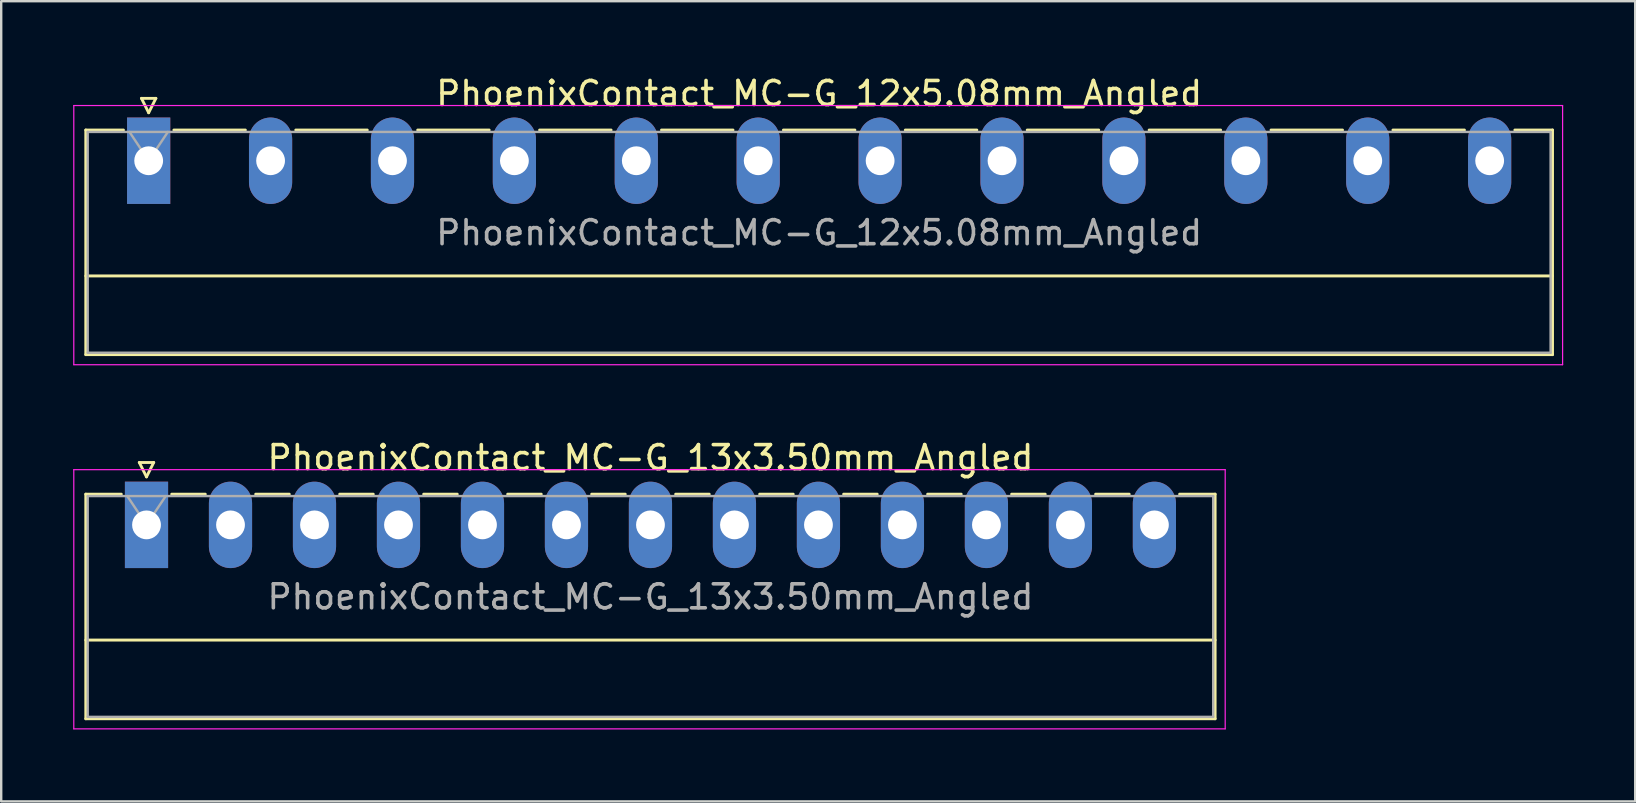
<source format=kicad_pcb>
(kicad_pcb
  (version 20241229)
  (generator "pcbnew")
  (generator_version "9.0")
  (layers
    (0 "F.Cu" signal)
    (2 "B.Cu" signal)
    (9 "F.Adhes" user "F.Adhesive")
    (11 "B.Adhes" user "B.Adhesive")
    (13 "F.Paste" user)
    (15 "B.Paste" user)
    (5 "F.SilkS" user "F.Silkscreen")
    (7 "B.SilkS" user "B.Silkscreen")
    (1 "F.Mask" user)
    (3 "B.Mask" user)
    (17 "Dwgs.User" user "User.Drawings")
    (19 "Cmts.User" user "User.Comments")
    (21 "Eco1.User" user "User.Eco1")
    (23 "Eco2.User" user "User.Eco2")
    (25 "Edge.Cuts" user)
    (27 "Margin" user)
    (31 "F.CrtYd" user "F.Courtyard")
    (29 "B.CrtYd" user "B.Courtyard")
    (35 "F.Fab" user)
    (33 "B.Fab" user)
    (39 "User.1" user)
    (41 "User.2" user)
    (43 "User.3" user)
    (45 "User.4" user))
  (footprint "PhoenixContact_MC-G_12x5.08mm_Angled"
    (layer "F.Cu")
    (at 3.145 3.648)
    (property "Reference" "PhoenixContact_MC-G_12x5.08mm_Angled" (at 27.94 -2.8 0) (layer "F.SilkS") (effects (font (size 1 1) (thickness 0.15))))
    (attr through_hole)
    (fp_line (start -2.62 -1.28) (end -2.62 8.08) (stroke (width 0.12) (type solid)) (layer "F.SilkS"))
    (fp_line (start -2.62 -1.28) (end -1.05 -1.28) (stroke (width 0.12) (type solid)) (layer "F.SilkS"))
    (fp_line (start -2.62 4.8) (end 58.5 4.8) (stroke (width 0.12) (type solid)) (layer "F.SilkS"))
    (fp_line (start -2.62 8.08) (end 58.5 8.08) (stroke (width 0.12) (type solid)) (layer "F.SilkS"))
    (fp_line (start -0.3 -2.6) (end 0.3 -2.6) (stroke (width 0.12) (type solid)) (layer "F.SilkS"))
    (fp_line (start 0 -2) (end -0.3 -2.6) (stroke (width 0.12) (type solid)) (layer "F.SilkS"))
    (fp_line (start 0.3 -2.6) (end 0 -2) (stroke (width 0.12) (type solid)) (layer "F.SilkS"))
    (fp_line (start 1.05 -1.28) (end 4.03 -1.28) (stroke (width 0.12) (type solid)) (layer "F.SilkS"))
    (fp_line (start 6.13 -1.28) (end 9.11 -1.28) (stroke (width 0.12) (type solid)) (layer "F.SilkS"))
    (fp_line (start 11.21 -1.28) (end 14.19 -1.28) (stroke (width 0.12) (type solid)) (layer "F.SilkS"))
    (fp_line (start 16.29 -1.28) (end 19.27 -1.28) (stroke (width 0.12) (type solid)) (layer "F.SilkS"))
    (fp_line (start 21.37 -1.28) (end 24.35 -1.28) (stroke (width 0.12) (type solid)) (layer "F.SilkS"))
    (fp_line (start 26.45 -1.28) (end 29.43 -1.28) (stroke (width 0.12) (type solid)) (layer "F.SilkS"))
    (fp_line (start 31.53 -1.28) (end 34.51 -1.28) (stroke (width 0.12) (type solid)) (layer "F.SilkS"))
    (fp_line (start 36.61 -1.28) (end 39.59 -1.28) (stroke (width 0.12) (type solid)) (layer "F.SilkS"))
    (fp_line (start 41.69 -1.28) (end 44.67 -1.28) (stroke (width 0.12) (type solid)) (layer "F.SilkS"))
    (fp_line (start 46.77 -1.28) (end 49.75 -1.28) (stroke (width 0.12) (type solid)) (layer "F.SilkS"))
    (fp_line (start 51.85 -1.28) (end 54.83 -1.28) (stroke (width 0.12) (type solid)) (layer "F.SilkS"))
    (fp_line (start 58.5 -1.28) (end 56.93 -1.28) (stroke (width 0.12) (type solid)) (layer "F.SilkS"))
    (fp_line (start 58.5 8.08) (end 58.5 -1.28) (stroke (width 0.12) (type solid)) (layer "F.SilkS"))
    (fp_line (start -3.12 -2.3) (end -3.12 8.5) (stroke (width 0.05) (type solid)) (layer "F.CrtYd"))
    (fp_line (start -3.12 8.5) (end 58.92 8.5) (stroke (width 0.05) (type solid)) (layer "F.CrtYd"))
    (fp_line (start 58.92 -2.3) (end -3.12 -2.3) (stroke (width 0.05) (type solid)) (layer "F.CrtYd"))
    (fp_line (start 58.92 8.5) (end 58.92 -2.3) (stroke (width 0.05) (type solid)) (layer "F.CrtYd"))
    (fp_line (start -2.54 -1.2) (end -2.54 8) (stroke (width 0.1) (type solid)) (layer "F.Fab"))
    (fp_line (start -2.54 8) (end 58.42 8) (stroke (width 0.1) (type solid)) (layer "F.Fab"))
    (fp_line (start 0 0) (end -0.8 -1.2) (stroke (width 0.1) (type solid)) (layer "F.Fab"))
    (fp_line (start 0.8 -1.2) (end 0 0) (stroke (width 0.1) (type solid)) (layer "F.Fab"))
    (fp_line (start 58.42 -1.2) (end -2.54 -1.2) (stroke (width 0.1) (type solid)) (layer "F.Fab"))
    (fp_line (start 58.42 8) (end 58.42 -1.2) (stroke (width 0.1) (type solid)) (layer "F.Fab"))
    (fp_text user "${REFERENCE}" (at 27.94 3 0) (layer "F.Fab") (effects (font (size 1 1) (thickness 0.15))))
    (pad "1" thru_hole rect (at 0 0) (size 1.8 3.6) (drill 1.2) (layers "*.Cu" "*.Mask"))
    (pad "2" thru_hole oval (at 5.08 0) (size 1.8 3.6) (drill 1.2) (layers "*.Cu" "*.Mask"))
    (pad "3" thru_hole oval (at 10.16 0) (size 1.8 3.6) (drill 1.2) (layers "*.Cu" "*.Mask"))
    (pad "4" thru_hole oval (at 15.24 0) (size 1.8 3.6) (drill 1.2) (layers "*.Cu" "*.Mask"))
    (pad "5" thru_hole oval (at 20.32 0) (size 1.8 3.6) (drill 1.2) (layers "*.Cu" "*.Mask"))
    (pad "6" thru_hole oval (at 25.4 0) (size 1.8 3.6) (drill 1.2) (layers "*.Cu" "*.Mask"))
    (pad "7" thru_hole oval (at 30.48 0) (size 1.8 3.6) (drill 1.2) (layers "*.Cu" "*.Mask"))
    (pad "8" thru_hole oval (at 35.56 0) (size 1.8 3.6) (drill 1.2) (layers "*.Cu" "*.Mask"))
    (pad "9" thru_hole oval (at 40.64 0) (size 1.8 3.6) (drill 1.2) (layers "*.Cu" "*.Mask"))
    (pad "10" thru_hole oval (at 45.72 0) (size 1.8 3.6) (drill 1.2) (layers "*.Cu" "*.Mask"))
    (pad "11" thru_hole oval (at 50.8 0) (size 1.8 3.6) (drill 1.2) (layers "*.Cu" "*.Mask"))
    (pad "12" thru_hole oval (at 55.88 0) (size 1.8 3.6) (drill 1.2) (layers "*.Cu" "*.Mask")))
  (footprint "PhoenixContact_MC-G_13x3.50mm_Angled"
    (layer "F.Cu")
    (at 3.055 18.822)
    (property "Reference" "PhoenixContact_MC-G_13x3.50mm_Angled" (at 21 -2.8 0) (layer "F.SilkS") (effects (font (size 1 1) (thickness 0.15))))
    (attr through_hole)
    (fp_line (start -2.53 -1.28) (end -2.53 8.08) (stroke (width 0.12) (type solid)) (layer "F.SilkS"))
    (fp_line (start -2.53 -1.28) (end -1.05 -1.28) (stroke (width 0.12) (type solid)) (layer "F.SilkS"))
    (fp_line (start -2.53 4.8) (end 44.53 4.8) (stroke (width 0.12) (type solid)) (layer "F.SilkS"))
    (fp_line (start -2.53 8.08) (end 44.53 8.08) (stroke (width 0.12) (type solid)) (layer "F.SilkS"))
    (fp_line (start -0.3 -2.6) (end 0.3 -2.6) (stroke (width 0.12) (type solid)) (layer "F.SilkS"))
    (fp_line (start 0 -2) (end -0.3 -2.6) (stroke (width 0.12) (type solid)) (layer "F.SilkS"))
    (fp_line (start 0.3 -2.6) (end 0 -2) (stroke (width 0.12) (type solid)) (layer "F.SilkS"))
    (fp_line (start 1.05 -1.28) (end 2.45 -1.28) (stroke (width 0.12) (type solid)) (layer "F.SilkS"))
    (fp_line (start 4.55 -1.28) (end 5.95 -1.28) (stroke (width 0.12) (type solid)) (layer "F.SilkS"))
    (fp_line (start 8.05 -1.28) (end 9.45 -1.28) (stroke (width 0.12) (type solid)) (layer "F.SilkS"))
    (fp_line (start 11.55 -1.28) (end 12.95 -1.28) (stroke (width 0.12) (type solid)) (layer "F.SilkS"))
    (fp_line (start 15.05 -1.28) (end 16.45 -1.28) (stroke (width 0.12) (type solid)) (layer "F.SilkS"))
    (fp_line (start 18.55 -1.28) (end 19.95 -1.28) (stroke (width 0.12) (type solid)) (layer "F.SilkS"))
    (fp_line (start 22.05 -1.28) (end 23.45 -1.28) (stroke (width 0.12) (type solid)) (layer "F.SilkS"))
    (fp_line (start 25.55 -1.28) (end 26.95 -1.28) (stroke (width 0.12) (type solid)) (layer "F.SilkS"))
    (fp_line (start 29.05 -1.28) (end 30.45 -1.28) (stroke (width 0.12) (type solid)) (layer "F.SilkS"))
    (fp_line (start 32.55 -1.28) (end 33.95 -1.28) (stroke (width 0.12) (type solid)) (layer "F.SilkS"))
    (fp_line (start 36.05 -1.28) (end 37.45 -1.28) (stroke (width 0.12) (type solid)) (layer "F.SilkS"))
    (fp_line (start 39.55 -1.28) (end 40.95 -1.28) (stroke (width 0.12) (type solid)) (layer "F.SilkS"))
    (fp_line (start 44.53 -1.28) (end 43.05 -1.28) (stroke (width 0.12) (type solid)) (layer "F.SilkS"))
    (fp_line (start 44.53 8.08) (end 44.53 -1.28) (stroke (width 0.12) (type solid)) (layer "F.SilkS"))
    (fp_line (start -3.03 -2.3) (end -3.03 8.5) (stroke (width 0.05) (type solid)) (layer "F.CrtYd"))
    (fp_line (start -3.03 8.5) (end 44.95 8.5) (stroke (width 0.05) (type solid)) (layer "F.CrtYd"))
    (fp_line (start 44.95 -2.3) (end -3.03 -2.3) (stroke (width 0.05) (type solid)) (layer "F.CrtYd"))
    (fp_line (start 44.95 8.5) (end 44.95 -2.3) (stroke (width 0.05) (type solid)) (layer "F.CrtYd"))
    (fp_line (start -2.45 -1.2) (end -2.45 8) (stroke (width 0.1) (type solid)) (layer "F.Fab"))
    (fp_line (start -2.45 8) (end 44.45 8) (stroke (width 0.1) (type solid)) (layer "F.Fab"))
    (fp_line (start 0 0) (end -0.8 -1.2) (stroke (width 0.1) (type solid)) (layer "F.Fab"))
    (fp_line (start 0.8 -1.2) (end 0 0) (stroke (width 0.1) (type solid)) (layer "F.Fab"))
    (fp_line (start 44.45 -1.2) (end -2.45 -1.2) (stroke (width 0.1) (type solid)) (layer "F.Fab"))
    (fp_line (start 44.45 8) (end 44.45 -1.2) (stroke (width 0.1) (type solid)) (layer "F.Fab"))
    (fp_text user "${REFERENCE}" (at 21 3 0) (layer "F.Fab") (effects (font (size 1 1) (thickness 0.15))))
    (pad "1" thru_hole rect (at 0 0) (size 1.8 3.6) (drill 1.2) (layers "*.Cu" "*.Mask"))
    (pad "2" thru_hole oval (at 3.5 0) (size 1.8 3.6) (drill 1.2) (layers "*.Cu" "*.Mask"))
    (pad "3" thru_hole oval (at 7 0) (size 1.8 3.6) (drill 1.2) (layers "*.Cu" "*.Mask"))
    (pad "4" thru_hole oval (at 10.5 0) (size 1.8 3.6) (drill 1.2) (layers "*.Cu" "*.Mask"))
    (pad "5" thru_hole oval (at 14 0) (size 1.8 3.6) (drill 1.2) (layers "*.Cu" "*.Mask"))
    (pad "6" thru_hole oval (at 17.5 0) (size 1.8 3.6) (drill 1.2) (layers "*.Cu" "*.Mask"))
    (pad "7" thru_hole oval (at 21 0) (size 1.8 3.6) (drill 1.2) (layers "*.Cu" "*.Mask"))
    (pad "8" thru_hole oval (at 24.5 0) (size 1.8 3.6) (drill 1.2) (layers "*.Cu" "*.Mask"))
    (pad "9" thru_hole oval (at 28 0) (size 1.8 3.6) (drill 1.2) (layers "*.Cu" "*.Mask"))
    (pad "10" thru_hole oval (at 31.5 0) (size 1.8 3.6) (drill 1.2) (layers "*.Cu" "*.Mask"))
    (pad "11" thru_hole oval (at 35 0) (size 1.8 3.6) (drill 1.2) (layers "*.Cu" "*.Mask"))
    (pad "12" thru_hole oval (at 38.5 0) (size 1.8 3.6) (drill 1.2) (layers "*.Cu" "*.Mask"))
    (pad "13" thru_hole oval (at 42 0) (size 1.8 3.6) (drill 1.2) (layers "*.Cu" "*.Mask")))
  (gr_rect
    (start -3 -3)
    (end 65.09 30.346)
    (stroke (width 0.1) (type default))
    (fill no)
    (layer "Edge.Cuts")))
</source>
